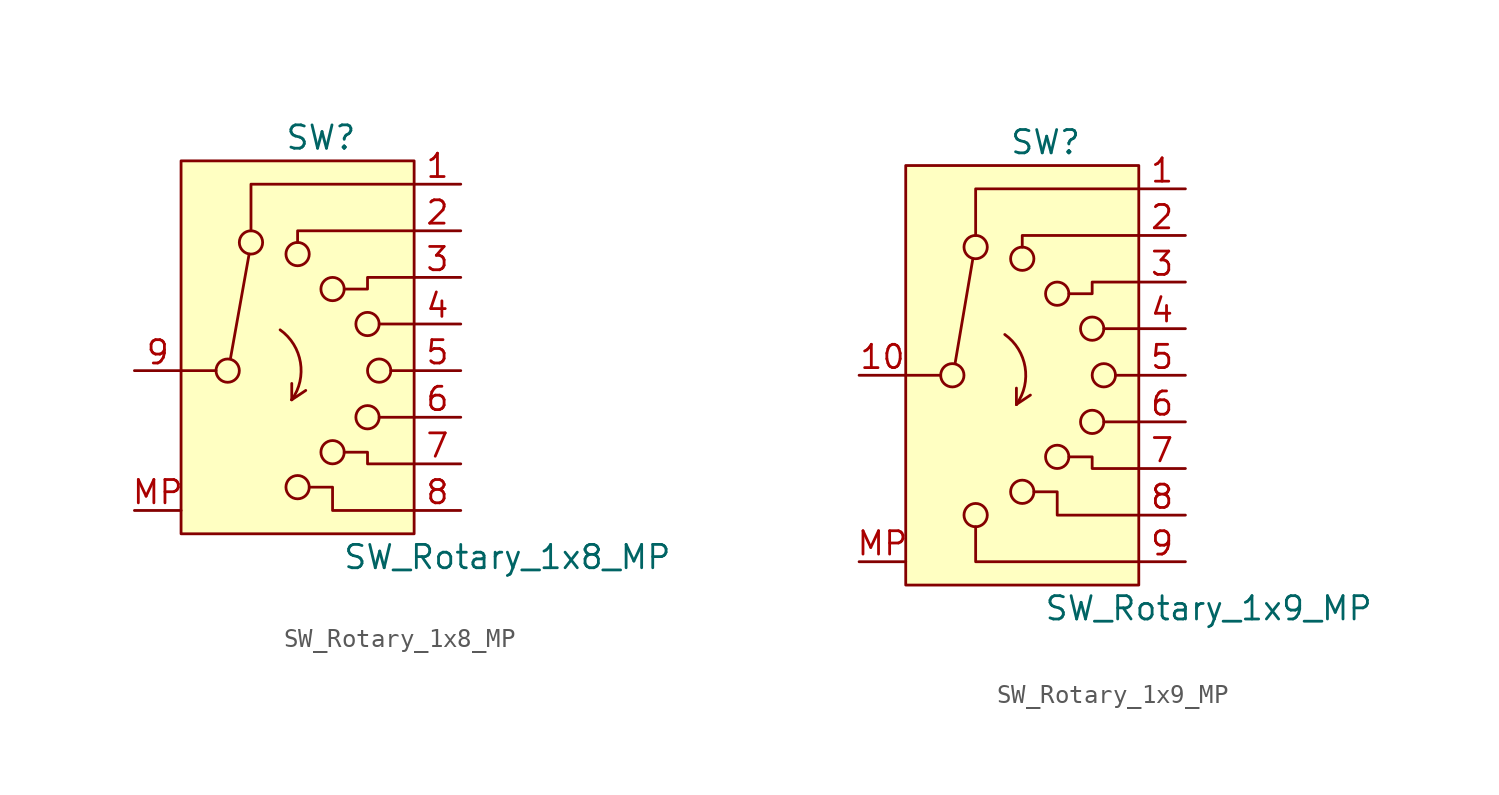
<source format=kicad_sym>
(kicad_symbol_lib
  (version 20220914)
  (generator kicad_symbol_editor)
  (symbol "SW_Rotary_1x8_MP"
    (pin_names hide)
    (property "Reference" "SW"
      (at 0 12.7 0)
      (effects (font (size 1.27 1.27))))
    (property "Value" "SW_Rotary_1x8_MP"
      (at 10.16 -10.16 0)
      (effects (font (size 1.27 1.27))))
    (symbol "SW_Rotary_1x8_MP_0_1"
      (circle (center -5.08 0) (radius 0.635) (stroke (width 0) (type default)) (fill (type none)))
      (circle (center -3.81 6.985) (radius 0.635) (stroke (width 0) (type default)) (fill (type none)))
      (arc (start -1.5876 -1.5875) (mid -1.116 0.449) (end -2.2226 2.2225) (stroke (width 0) (type default)) (fill (type none)))
      (circle (center -1.27 -6.35) (radius 0.635) (stroke (width 0) (type default)) (fill (type none)))
      (circle (center -1.27 6.35) (radius 0.635) (stroke (width 0) (type default)) (fill (type none)))
      (polyline (pts (xy -7.62 0) (xy -5.715 0)) (stroke (width 0) (type default)) (fill (type none)))
      (polyline (pts (xy -4.928 0.66) (xy -3.912 6.35)) (stroke (width 0) (type default)) (fill (type none)))
      (polyline (pts (xy -1.588 -1.587) (xy -1.588 -1.587)) (stroke (width 0) (type default)) (fill (type none)))
      (polyline (pts (xy -1.588 -1.587) (xy -1.588 -0.699)) (stroke (width 0) (type default)) (fill (type none)))
      (polyline (pts (xy -1.588 -1.587) (xy -0.826 -1.079)) (stroke (width 0) (type default)) (fill (type none)))
      (polyline (pts (xy 5.08 -2.54) (xy 3.175 -2.54)) (stroke (width 0) (type default)) (fill (type none)))
      (polyline (pts (xy 5.08 0) (xy 3.81 0)) (stroke (width 0) (type default)) (fill (type none)))
      (polyline (pts (xy 5.08 2.54) (xy 3.175 2.54)) (stroke (width 0) (type default)) (fill (type none)))
      (polyline (pts (xy 5.08 -7.62) (xy 0.635 -7.62) (xy 0.635 -6.35) (xy -0.635 -6.35)) (stroke (width 0) (type default)) (fill (type none)))
      (polyline (pts (xy 5.08 -5.08) (xy 2.54 -5.08) (xy 2.54 -4.445) (xy 1.27 -4.445)) (stroke (width 0) (type default)) (fill (type none)))
      (polyline (pts (xy 5.08 5.08) (xy 2.54 5.08) (xy 2.54 4.445) (xy 1.27 4.445)) (stroke (width 0) (type default)) (fill (type none)))
      (polyline (pts (xy 5.08 7.62) (xy -1.27 7.62) (xy -1.27 7.62) (xy -1.27 6.985)) (stroke (width 0) (type default)) (fill (type none)))
      (circle (center 0.635 -4.445) (radius 0.635) (stroke (width 0) (type default)) (fill (type none)))
      (circle (center 0.635 4.445) (radius 0.635) (stroke (width 0) (type default)) (fill (type none)))
      (circle (center 2.54 -2.54) (radius 0.635) (stroke (width 0) (type default)) (fill (type none)))
      (circle (center 2.54 2.54) (radius 0.635) (stroke (width 0) (type default)) (fill (type none)))
      (circle (center 3.175 0) (radius 0.635) (stroke (width 0) (type default)) (fill (type none))))
    (symbol "SW_Rotary_1x8_MP_1_1"
      (polyline (pts (xy 5.08 10.16) (xy -3.81 10.16) (xy -3.81 7.62)) (stroke (width 0) (type default)) (fill (type none)))
      (polyline (pts (xy -7.62 11.43) (xy 5.08 11.43) (xy 5.08 -8.89) (xy -7.62 -8.89) (xy -7.62 11.43) (xy -7.62 11.43)) (stroke (width 0) (type default)) (fill (type background)))
      (pin passive line (at 7.62 10.16 180) (length 2.54) (name "" (effects (font (size 1.27 1.27)))) (number "1" (effects (font (size 1.27 1.27)))))
      (pin passive line (at 7.62 7.62 180) (length 2.54) (name "" (effects (font (size 1.27 1.27)))) (number "2" (effects (font (size 1.27 1.27)))))
      (pin passive line (at 7.62 5.08 180) (length 2.54) (name "" (effects (font (size 1.27 1.27)))) (number "3" (effects (font (size 1.27 1.27)))))
      (pin passive line (at 7.62 2.54 180) (length 2.54) (name "" (effects (font (size 1.27 1.27)))) (number "4" (effects (font (size 1.27 1.27)))))
      (pin passive line (at 7.62 0 180) (length 2.54) (name "" (effects (font (size 1.27 1.27)))) (number "5" (effects (font (size 1.27 1.27)))))
      (pin passive line (at 7.62 -2.54 180) (length 2.54) (name "" (effects (font (size 1.27 1.27)))) (number "6" (effects (font (size 1.27 1.27)))))
      (pin passive line (at 7.62 -5.08 180) (length 2.54) (name "" (effects (font (size 1.27 1.27)))) (number "7" (effects (font (size 1.27 1.27)))))
      (pin passive line (at 7.62 -7.62 180) (length 2.54) (name "" (effects (font (size 1.27 1.27)))) (number "8" (effects (font (size 1.27 1.27)))))
      (pin passive line (at -10.16 0 0) (length 2.54) (name "" (effects (font (size 1.27 1.27)))) (number "9" (effects (font (size 1.27 1.27)))))
      (pin passive line (at -10.16 -7.62 0) (length 2.54) (name "" (effects (font (size 1.27 1.27)))) (number "MP" (effects (font (size 1.27 1.27)))))))
  (symbol "SW_Rotary_1x9_MP"
    (pin_names hide)
    (property "Reference" "SW"
      (at 0 12.7 0)
      (effects (font (size 1.27 1.27))))
    (property "Value" "SW_Rotary_1x9_MP"
      (at 8.89 -12.7 0)
      (effects (font (size 1.27 1.27))))
    (symbol "SW_Rotary_1x9_MP_0_1"
      (circle (center -5.08 0) (radius 0.635) (stroke (width 0) (type default)) (fill (type none)))
      (circle (center -3.81 -7.62) (radius 0.635) (stroke (width 0) (type default)) (fill (type none)))
      (circle (center -3.81 6.985) (radius 0.635) (stroke (width 0) (type default)) (fill (type none)))
      (arc (start -1.5876 -1.5875) (mid -1.116 0.449) (end -2.2226 2.2225) (stroke (width 0) (type default)) (fill (type none)))
      (circle (center -1.27 -6.35) (radius 0.635) (stroke (width 0) (type default)) (fill (type none)))
      (circle (center -1.27 6.35) (radius 0.635) (stroke (width 0) (type default)) (fill (type none)))
      (polyline (pts (xy -7.62 0) (xy -5.715 0)) (stroke (width 0) (type default)) (fill (type none)))
      (polyline (pts (xy -4.928 0.66) (xy -3.962 6.35)) (stroke (width 0) (type default)) (fill (type none)))
      (polyline (pts (xy -1.588 -1.587) (xy -1.588 -1.587)) (stroke (width 0) (type default)) (fill (type none)))
      (polyline (pts (xy -1.588 -1.587) (xy -1.588 -0.699)) (stroke (width 0) (type default)) (fill (type none)))
      (polyline (pts (xy -1.588 -1.587) (xy -0.826 -1.079)) (stroke (width 0) (type default)) (fill (type none)))
      (polyline (pts (xy 5.08 -2.54) (xy 3.175 -2.54)) (stroke (width 0) (type default)) (fill (type none)))
      (polyline (pts (xy 5.08 0) (xy 3.81 0)) (stroke (width 0) (type default)) (fill (type none)))
      (polyline (pts (xy 5.08 2.54) (xy 3.175 2.54)) (stroke (width 0) (type default)) (fill (type none)))
      (polyline (pts (xy 5.08 -7.62) (xy 0.635 -7.62) (xy 0.635 -6.35) (xy -0.635 -6.35)) (stroke (width 0) (type default)) (fill (type none)))
      (polyline (pts (xy 5.08 -5.08) (xy 2.54 -5.08) (xy 2.54 -4.445) (xy 1.27 -4.445)) (stroke (width 0) (type default)) (fill (type none)))
      (polyline (pts (xy 5.08 5.08) (xy 2.54 5.08) (xy 2.54 4.445) (xy 1.27 4.445)) (stroke (width 0) (type default)) (fill (type none)))
      (polyline (pts (xy 5.08 7.62) (xy -1.27 7.62) (xy -1.27 7.62) (xy -1.27 6.985)) (stroke (width 0) (type default)) (fill (type none)))
      (circle (center 0.635 -4.445) (radius 0.635) (stroke (width 0) (type default)) (fill (type none)))
      (circle (center 0.635 4.445) (radius 0.635) (stroke (width 0) (type default)) (fill (type none)))
      (circle (center 2.54 -2.54) (radius 0.635) (stroke (width 0) (type default)) (fill (type none)))
      (circle (center 2.54 2.54) (radius 0.635) (stroke (width 0) (type default)) (fill (type none)))
      (circle (center 3.175 0) (radius 0.635) (stroke (width 0) (type default)) (fill (type none))))
    (symbol "SW_Rotary_1x9_MP_1_1"
      (polyline (pts (xy 5.08 -10.16) (xy -3.81 -10.16) (xy -3.81 -8.255)) (stroke (width 0) (type default)) (fill (type none)))
      (polyline (pts (xy 5.08 10.16) (xy -3.81 10.16) (xy -3.81 7.62)) (stroke (width 0) (type default)) (fill (type none)))
      (polyline (pts (xy -7.62 11.43) (xy 5.08 11.43) (xy 5.08 -11.43) (xy -7.62 -11.43) (xy -7.62 11.43) (xy -7.62 11.43)) (stroke (width 0) (type default)) (fill (type background)))
      (pin passive line (at 7.62 10.16 180) (length 2.54) (name "" (effects (font (size 1.27 1.27)))) (number "1" (effects (font (size 1.27 1.27)))))
      (pin passive line (at -10.16 0 0) (length 2.54) (name "" (effects (font (size 1.27 1.27)))) (number "10" (effects (font (size 1.27 1.27)))))
      (pin passive line (at 7.62 7.62 180) (length 2.54) (name "" (effects (font (size 1.27 1.27)))) (number "2" (effects (font (size 1.27 1.27)))))
      (pin passive line (at 7.62 5.08 180) (length 2.54) (name "" (effects (font (size 1.27 1.27)))) (number "3" (effects (font (size 1.27 1.27)))))
      (pin passive line (at 7.62 2.54 180) (length 2.54) (name "" (effects (font (size 1.27 1.27)))) (number "4" (effects (font (size 1.27 1.27)))))
      (pin passive line (at 7.62 0 180) (length 2.54) (name "" (effects (font (size 1.27 1.27)))) (number "5" (effects (font (size 1.27 1.27)))))
      (pin passive line (at 7.62 -2.54 180) (length 2.54) (name "" (effects (font (size 1.27 1.27)))) (number "6" (effects (font (size 1.27 1.27)))))
      (pin passive line (at 7.62 -5.08 180) (length 2.54) (name "" (effects (font (size 1.27 1.27)))) (number "7" (effects (font (size 1.27 1.27)))))
      (pin passive line (at 7.62 -7.62 180) (length 2.54) (name "" (effects (font (size 1.27 1.27)))) (number "8" (effects (font (size 1.27 1.27)))))
      (pin passive line (at 7.62 -10.16 180) (length 2.54) (name "" (effects (font (size 1.27 1.27)))) (number "9" (effects (font (size 1.27 1.27)))))
      (pin passive line (at -10.16 -10.16 0) (length 2.54) (name "" (effects (font (size 1.27 1.27)))) (number "MP" (effects (font (size 1.27 1.27))))))))
</source>
